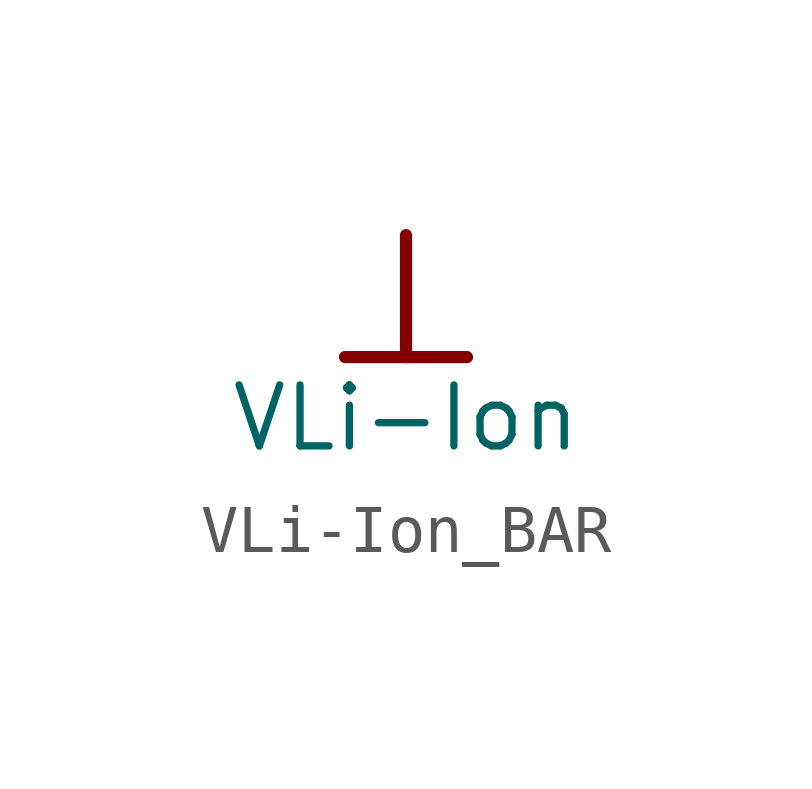
<source format=kicad_sym>
(kicad_symbol_lib
  (version 20241209)
  (generator "kicad_symbol_editor")
  (generator_version "9.0")
  (symbol "VLi-Ion_BAR"
    (power)
    (property "Reference" "#PWR"
      (at 0 0 0)
      (effects (font (size 1.27 1.27)) (hide yes)))
    (property "Value" "VLi-Ion"
      (at 0 -3.81 0)
      (effects (font (size 1.27 1.27))))
    (symbol "VLi-Ion_BAR_0_0"
      (polyline (pts (xy -1.27 -2.54) (xy 1.27 -2.54)) (stroke (width 0.254) (type solid)) (fill (type none)))
      (polyline (pts (xy 0 0) (xy 0 -2.54)) (stroke (width 0.254) (type solid)) (fill (type none)))
      (pin power_in line (at 0 0 0) (length 0) (hide yes) (name "VLi-Ion" (effects (font (size 1.27 1.27)))) (number "" (effects (font (size 1.27 1.27))))))))
</source>
